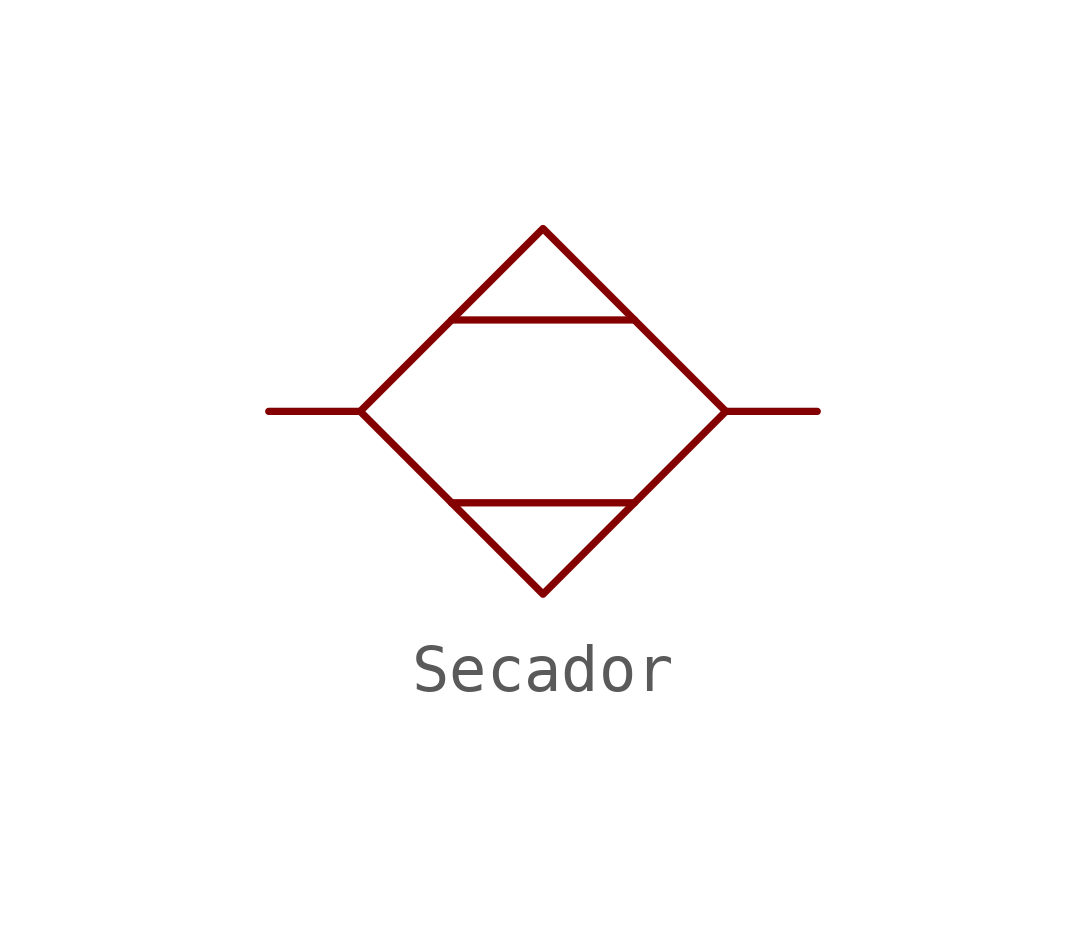
<source format=kicad_sym>
(kicad_symbol_lib
  (version 20211014)
  (generator kicad_symbol_editor)
  (symbol "Secador"
    (pin_names
      (offset 1.016))
    (property "Reference" "V"
      (at -5.08 -5.08 0)
      (effects (font (size 2.54 2.54)) (justify left) hide))
    (symbol "Secador_0_1"
      (polyline (pts (xy -5.715 -1.905) (xy -1.905 -1.905)) (stroke (width 0) (type default) (color 0 0 0 0)) (fill (type none)))
      (polyline (pts (xy -1.905 1.905) (xy -5.715 1.905)) (stroke (width 0) (type default) (color 0 0 0 0)) (fill (type none)))
      (polyline (pts (xy -3.81 3.81) (xy -7.62 0) (xy -3.81 -3.81) (xy 0 0) (xy -3.81 3.81)) (stroke (width 0) (type default) (color 0 0 0 0)) (fill (type none))))
    (symbol "Secador_1_1"
      (pin input line (at -9.525 0 0) (length 1.905) (name "" (effects (font (size 1.27 1.27)))) (number "" (effects (font (size 1.27 1.27)))))
      (pin output line (at 1.905 0 180) (length 1.905) (name "" (effects (font (size 1.27 1.27)))) (number "" (effects (font (size 1.27 1.27))))))))
</source>
